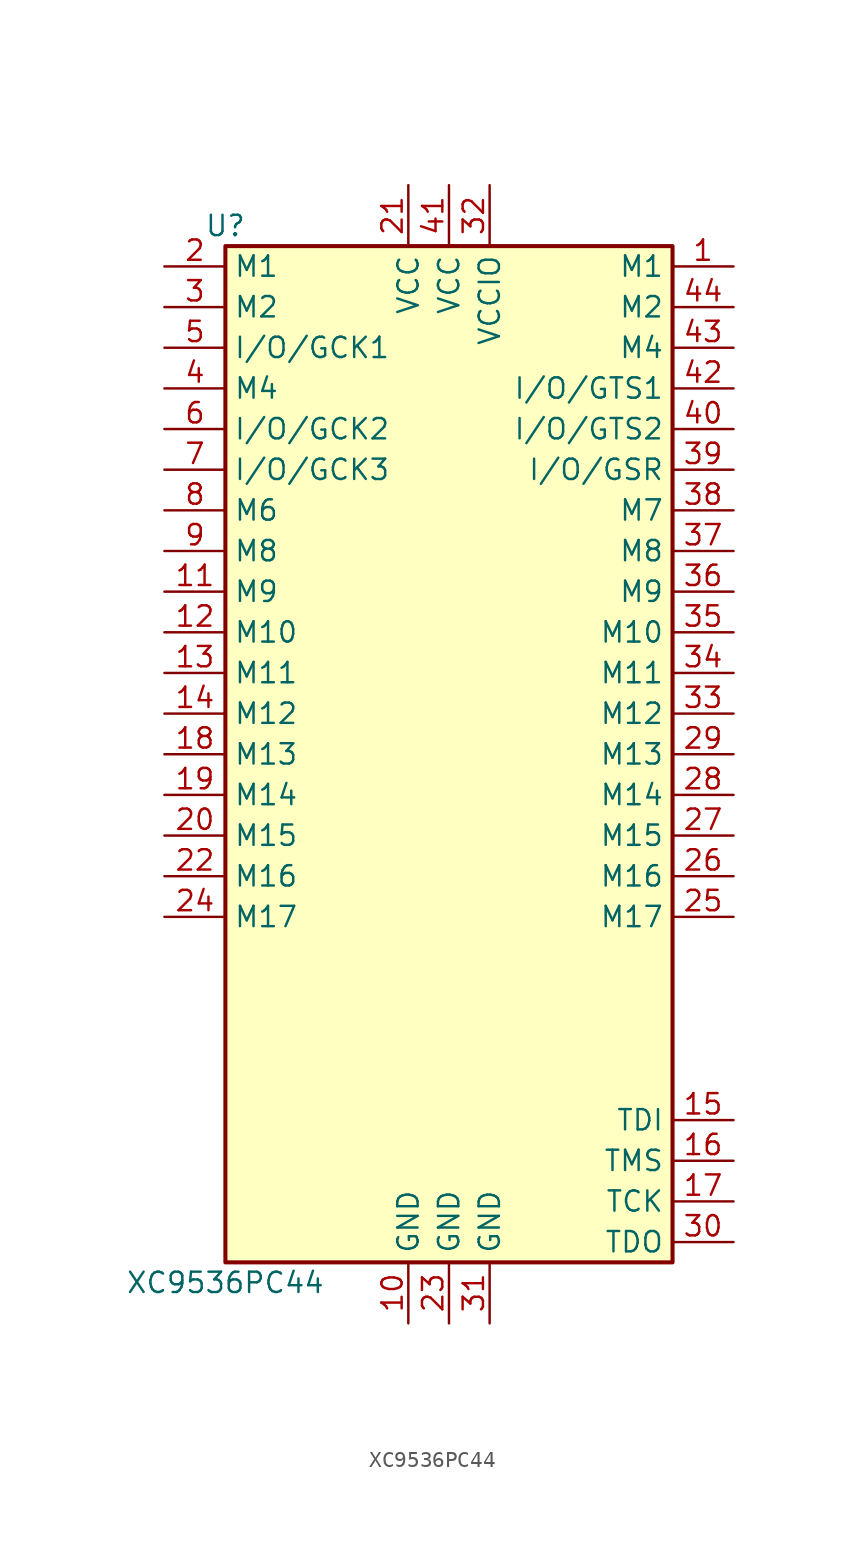
<source format=kicad_sym>
(kicad_symbol_lib
  (version 20241209)
  (generator "kicad_symbol_editor")
  (generator_version "9.0")
  (symbol "XC9536PC44"
    (property "Reference" "U"
      (at -13.97 33.02 0)
      (effects (font (size 1.27 1.27))))
    (property "Value" "XC9536PC44"
      (at -13.97 -33.02 0)
      (effects (font (size 1.27 1.27))))
    (symbol "XC9536PC44_1_1"
      (rectangle (start -13.97 31.75) (end 13.97 -31.75) (stroke (width 0.254) (type default)) (fill (type background)))
      (pin bidirectional line (at -17.78 30.48 0) (length 3.81) (name "M1" (effects (font (size 1.27 1.27)))) (number "2" (effects (font (size 1.27 1.27)))))
      (pin bidirectional line (at -17.78 27.94 0) (length 3.81) (name "M2" (effects (font (size 1.27 1.27)))) (number "3" (effects (font (size 1.27 1.27)))))
      (pin bidirectional line (at -17.78 25.4 0) (length 3.81) (name "I/O/GCK1" (effects (font (size 1.27 1.27)))) (number "5" (effects (font (size 1.27 1.27)))))
      (pin bidirectional line (at -17.78 22.86 0) (length 3.81) (name "M4" (effects (font (size 1.27 1.27)))) (number "4" (effects (font (size 1.27 1.27)))))
      (pin bidirectional line (at -17.78 20.32 0) (length 3.81) (name "I/O/GCK2" (effects (font (size 1.27 1.27)))) (number "6" (effects (font (size 1.27 1.27)))))
      (pin bidirectional line (at -17.78 17.78 0) (length 3.81) (name "I/O/GCK3" (effects (font (size 1.27 1.27)))) (number "7" (effects (font (size 1.27 1.27)))))
      (pin bidirectional line (at -17.78 15.24 0) (length 3.81) (name "M6" (effects (font (size 1.27 1.27)))) (number "8" (effects (font (size 1.27 1.27)))))
      (pin bidirectional line (at -17.78 12.7 0) (length 3.81) (name "M8" (effects (font (size 1.27 1.27)))) (number "9" (effects (font (size 1.27 1.27)))))
      (pin bidirectional line (at -17.78 10.16 0) (length 3.81) (name "M9" (effects (font (size 1.27 1.27)))) (number "11" (effects (font (size 1.27 1.27)))))
      (pin bidirectional line (at -17.78 7.62 0) (length 3.81) (name "M10" (effects (font (size 1.27 1.27)))) (number "12" (effects (font (size 1.27 1.27)))))
      (pin bidirectional line (at -17.78 5.08 0) (length 3.81) (name "M11" (effects (font (size 1.27 1.27)))) (number "13" (effects (font (size 1.27 1.27)))))
      (pin bidirectional line (at -17.78 2.54 0) (length 3.81) (name "M12" (effects (font (size 1.27 1.27)))) (number "14" (effects (font (size 1.27 1.27)))))
      (pin bidirectional line (at -17.78 0 0) (length 3.81) (name "M13" (effects (font (size 1.27 1.27)))) (number "18" (effects (font (size 1.27 1.27)))))
      (pin bidirectional line (at -17.78 -2.54 0) (length 3.81) (name "M14" (effects (font (size 1.27 1.27)))) (number "19" (effects (font (size 1.27 1.27)))))
      (pin bidirectional line (at -17.78 -5.08 0) (length 3.81) (name "M15" (effects (font (size 1.27 1.27)))) (number "20" (effects (font (size 1.27 1.27)))))
      (pin bidirectional line (at -17.78 -7.62 0) (length 3.81) (name "M16" (effects (font (size 1.27 1.27)))) (number "22" (effects (font (size 1.27 1.27)))))
      (pin bidirectional line (at -17.78 -10.16 0) (length 3.81) (name "M17" (effects (font (size 1.27 1.27)))) (number "24" (effects (font (size 1.27 1.27)))))
      (pin power_in line (at -2.54 35.56 270) (length 3.81) (name "VCC" (effects (font (size 1.27 1.27)))) (number "21" (effects (font (size 1.27 1.27)))))
      (pin power_in line (at -2.54 -35.56 90) (length 3.81) (name "GND" (effects (font (size 1.27 1.27)))) (number "10" (effects (font (size 1.27 1.27)))))
      (pin power_in line (at 0 35.56 270) (length 3.81) (name "VCC" (effects (font (size 1.27 1.27)))) (number "41" (effects (font (size 1.27 1.27)))))
      (pin power_in line (at 0 -35.56 90) (length 3.81) (name "GND" (effects (font (size 1.27 1.27)))) (number "23" (effects (font (size 1.27 1.27)))))
      (pin power_in line (at 2.54 35.56 270) (length 3.81) (name "VCCIO" (effects (font (size 1.27 1.27)))) (number "32" (effects (font (size 1.27 1.27)))))
      (pin power_in line (at 2.54 -35.56 90) (length 3.81) (name "GND" (effects (font (size 1.27 1.27)))) (number "31" (effects (font (size 1.27 1.27)))))
      (pin bidirectional line (at 17.78 30.48 180) (length 3.81) (name "M1" (effects (font (size 1.27 1.27)))) (number "1" (effects (font (size 1.27 1.27)))))
      (pin bidirectional line (at 17.78 27.94 180) (length 3.81) (name "M2" (effects (font (size 1.27 1.27)))) (number "44" (effects (font (size 1.27 1.27)))))
      (pin bidirectional line (at 17.78 25.4 180) (length 3.81) (name "M4" (effects (font (size 1.27 1.27)))) (number "43" (effects (font (size 1.27 1.27)))))
      (pin bidirectional line (at 17.78 22.86 180) (length 3.81) (name "I/O/GTS1" (effects (font (size 1.27 1.27)))) (number "42" (effects (font (size 1.27 1.27)))))
      (pin bidirectional line (at 17.78 20.32 180) (length 3.81) (name "I/O/GTS2" (effects (font (size 1.27 1.27)))) (number "40" (effects (font (size 1.27 1.27)))))
      (pin bidirectional line (at 17.78 17.78 180) (length 3.81) (name "I/O/GSR" (effects (font (size 1.27 1.27)))) (number "39" (effects (font (size 1.27 1.27)))))
      (pin bidirectional line (at 17.78 15.24 180) (length 3.81) (name "M7" (effects (font (size 1.27 1.27)))) (number "38" (effects (font (size 1.27 1.27)))))
      (pin bidirectional line (at 17.78 12.7 180) (length 3.81) (name "M8" (effects (font (size 1.27 1.27)))) (number "37" (effects (font (size 1.27 1.27)))))
      (pin bidirectional line (at 17.78 10.16 180) (length 3.81) (name "M9" (effects (font (size 1.27 1.27)))) (number "36" (effects (font (size 1.27 1.27)))))
      (pin bidirectional line (at 17.78 7.62 180) (length 3.81) (name "M10" (effects (font (size 1.27 1.27)))) (number "35" (effects (font (size 1.27 1.27)))))
      (pin bidirectional line (at 17.78 5.08 180) (length 3.81) (name "M11" (effects (font (size 1.27 1.27)))) (number "34" (effects (font (size 1.27 1.27)))))
      (pin bidirectional line (at 17.78 2.54 180) (length 3.81) (name "M12" (effects (font (size 1.27 1.27)))) (number "33" (effects (font (size 1.27 1.27)))))
      (pin bidirectional line (at 17.78 0 180) (length 3.81) (name "M13" (effects (font (size 1.27 1.27)))) (number "29" (effects (font (size 1.27 1.27)))))
      (pin bidirectional line (at 17.78 -2.54 180) (length 3.81) (name "M14" (effects (font (size 1.27 1.27)))) (number "28" (effects (font (size 1.27 1.27)))))
      (pin bidirectional line (at 17.78 -5.08 180) (length 3.81) (name "M15" (effects (font (size 1.27 1.27)))) (number "27" (effects (font (size 1.27 1.27)))))
      (pin bidirectional line (at 17.78 -7.62 180) (length 3.81) (name "M16" (effects (font (size 1.27 1.27)))) (number "26" (effects (font (size 1.27 1.27)))))
      (pin bidirectional line (at 17.78 -10.16 180) (length 3.81) (name "M17" (effects (font (size 1.27 1.27)))) (number "25" (effects (font (size 1.27 1.27)))))
      (pin input line (at 17.78 -22.86 180) (length 3.81) (name "TDI" (effects (font (size 1.27 1.27)))) (number "15" (effects (font (size 1.27 1.27)))))
      (pin input line (at 17.78 -25.4 180) (length 3.81) (name "TMS" (effects (font (size 1.27 1.27)))) (number "16" (effects (font (size 1.27 1.27)))))
      (pin input line (at 17.78 -27.94 180) (length 3.81) (name "TCK" (effects (font (size 1.27 1.27)))) (number "17" (effects (font (size 1.27 1.27)))))
      (pin output line (at 17.78 -30.48 180) (length 3.81) (name "TDO" (effects (font (size 1.27 1.27)))) (number "30" (effects (font (size 1.27 1.27))))))))
</source>
